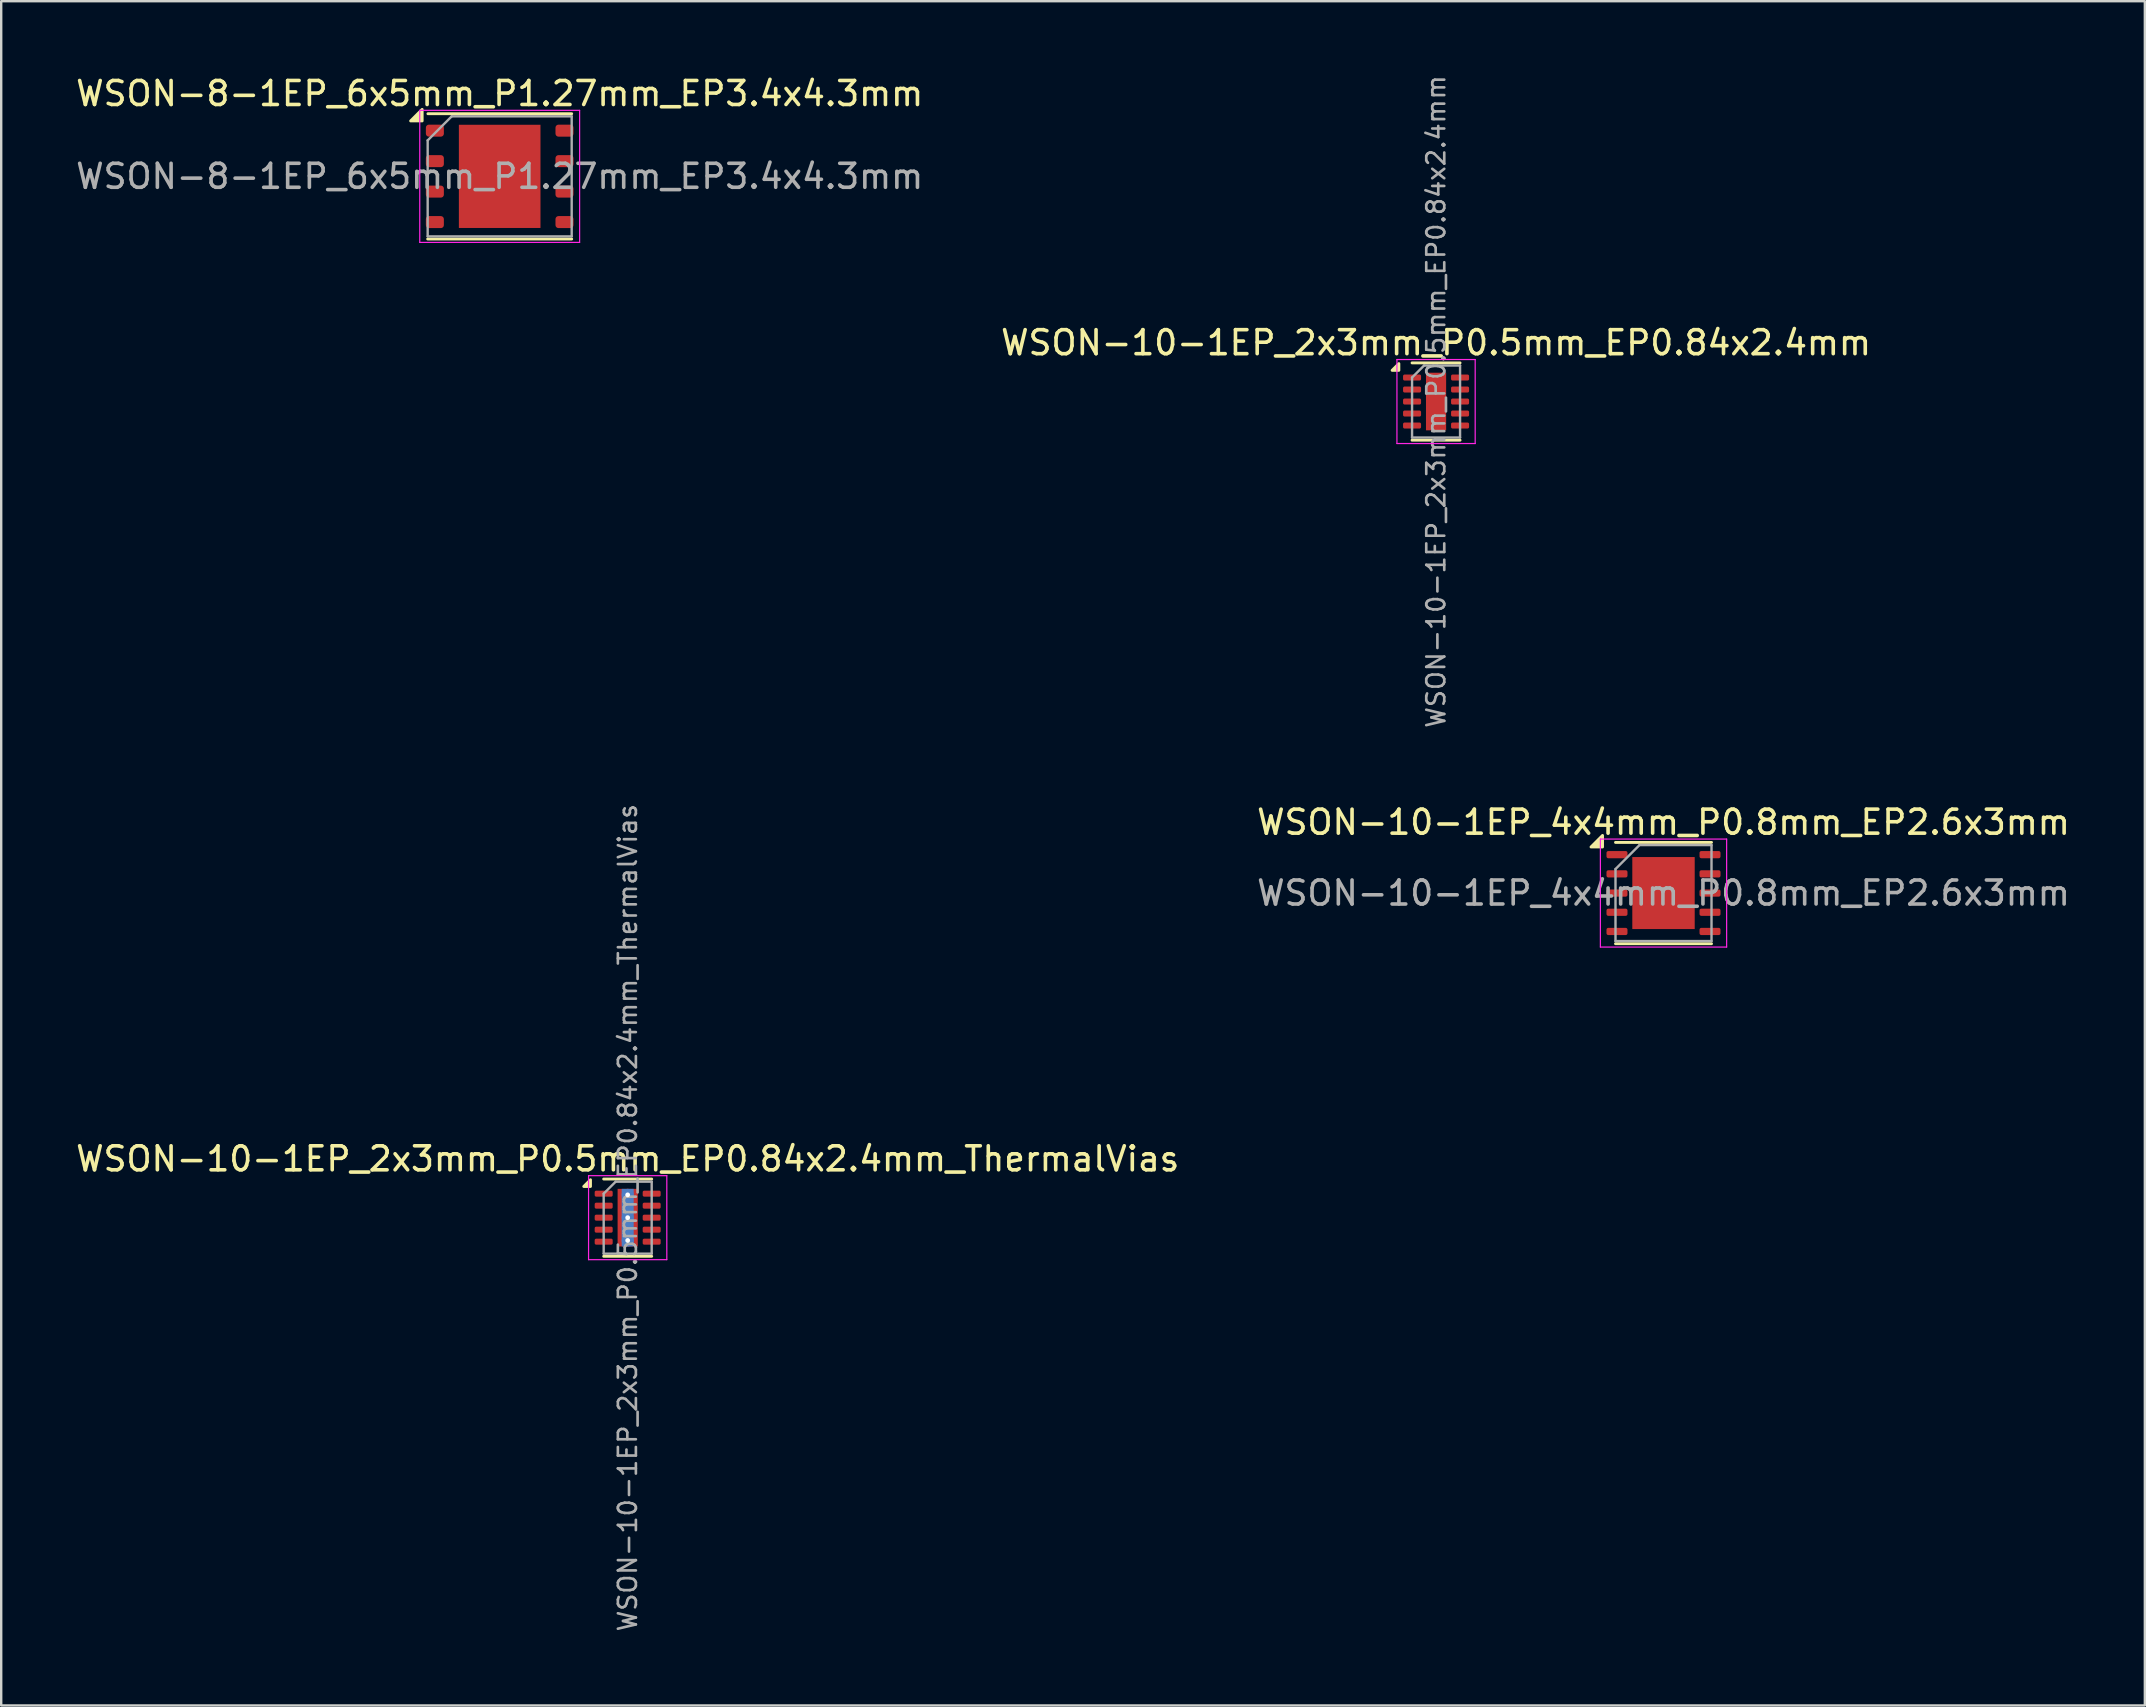
<source format=kicad_pcb>
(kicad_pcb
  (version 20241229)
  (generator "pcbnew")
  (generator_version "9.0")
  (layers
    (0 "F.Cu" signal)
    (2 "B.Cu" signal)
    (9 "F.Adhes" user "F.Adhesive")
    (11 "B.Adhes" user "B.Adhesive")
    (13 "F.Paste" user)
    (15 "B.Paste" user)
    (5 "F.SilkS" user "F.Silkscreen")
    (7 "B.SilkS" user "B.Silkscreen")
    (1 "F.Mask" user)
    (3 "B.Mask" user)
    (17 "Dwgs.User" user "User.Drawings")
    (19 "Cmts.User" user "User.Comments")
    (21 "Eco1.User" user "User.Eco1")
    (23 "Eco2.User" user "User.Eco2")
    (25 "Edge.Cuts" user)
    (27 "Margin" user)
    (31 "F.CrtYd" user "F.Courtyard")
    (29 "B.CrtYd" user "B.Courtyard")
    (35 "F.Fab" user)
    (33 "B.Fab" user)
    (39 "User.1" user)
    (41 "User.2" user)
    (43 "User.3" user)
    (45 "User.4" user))
  (footprint "WSON-8-1EP_6x5mm_P1.27mm_EP3.4x4.3mm"
    (layer "F.Cu")
    (at 17.768 4.298)
    (property "Reference" "WSON-8-1EP_6x5mm_P1.27mm_EP3.4x4.3mm" (at 0 -3.45 0) (layer "F.SilkS") (effects (font (size 1 1) (thickness 0.15))))
    (attr smd)
    (fp_line (start -3 2.61) (end 3 2.61) (stroke (width 0.12) (type solid)) (layer "F.SilkS"))
    (fp_line (start -2.99 -2.61) (end 3 -2.61) (stroke (width 0.12) (type solid)) (layer "F.SilkS"))
    (fp_poly (pts (xy -3.23 -2.31) (xy -3.71 -2.31) (xy -3.23 -2.79) (xy -3.23 -2.31)) (stroke (width 0.12) (type solid)) (fill yes) (layer "F.SilkS"))
    (fp_line (start -3.33 -2.75) (end -3.33 2.75) (stroke (width 0.05) (type solid)) (layer "F.CrtYd"))
    (fp_line (start -3.33 2.75) (end 3.33 2.75) (stroke (width 0.05) (type solid)) (layer "F.CrtYd"))
    (fp_line (start 3.33 -2.75) (end -3.33 -2.75) (stroke (width 0.05) (type solid)) (layer "F.CrtYd"))
    (fp_line (start 3.33 2.75) (end 3.33 -2.75) (stroke (width 0.05) (type solid)) (layer "F.CrtYd"))
    (fp_line (start -3 -1.5) (end -2 -2.5) (stroke (width 0.1) (type solid)) (layer "F.Fab"))
    (fp_line (start -3 2.5) (end -3 -1.5) (stroke (width 0.1) (type solid)) (layer "F.Fab"))
    (fp_line (start -2 -2.5) (end 3 -2.5) (stroke (width 0.1) (type solid)) (layer "F.Fab"))
    (fp_line (start 3 -2.5) (end 3 2.5) (stroke (width 0.1) (type solid)) (layer "F.Fab"))
    (fp_line (start 3 2.5) (end -3 2.5) (stroke (width 0.1) (type solid)) (layer "F.Fab"))
    (fp_text user "${REFERENCE}" (at 0 0 0) (layer "F.Fab") (effects (font (size 1 1) (thickness 0.15))))
    (pad "" smd roundrect (at -0.85 -1.075) (size 1.37 1.73) (layers "F.Paste") (roundrect_rratio 0.182))
    (pad "" smd roundrect (at -0.85 1.075) (size 1.37 1.73) (layers "F.Paste") (roundrect_rratio 0.182))
    (pad "" smd roundrect (at 0.85 -1.075) (size 1.37 1.73) (layers "F.Paste") (roundrect_rratio 0.182))
    (pad "" smd roundrect (at 0.85 1.075) (size 1.37 1.73) (layers "F.Paste") (roundrect_rratio 0.182))
    (pad "1" smd roundrect (at -2.7 -1.905) (size 0.75 0.5) (layers "F.Cu" "F.Mask" "F.Paste") (roundrect_rratio 0.25))
    (pad "2" smd roundrect (at -2.7 -0.635) (size 0.75 0.5) (layers "F.Cu" "F.Mask" "F.Paste") (roundrect_rratio 0.25))
    (pad "3" smd roundrect (at -2.7 0.635) (size 0.75 0.5) (layers "F.Cu" "F.Mask" "F.Paste") (roundrect_rratio 0.25))
    (pad "4" smd roundrect (at -2.7 1.905) (size 0.75 0.5) (layers "F.Cu" "F.Mask" "F.Paste") (roundrect_rratio 0.25))
    (pad "5" smd roundrect (at 2.7 1.905) (size 0.75 0.5) (layers "F.Cu" "F.Mask" "F.Paste") (roundrect_rratio 0.25))
    (pad "6" smd roundrect (at 2.7 0.635) (size 0.75 0.5) (layers "F.Cu" "F.Mask" "F.Paste") (roundrect_rratio 0.25))
    (pad "7" smd roundrect (at 2.7 -0.635) (size 0.75 0.5) (layers "F.Cu" "F.Mask" "F.Paste") (roundrect_rratio 0.25))
    (pad "8" smd roundrect (at 2.7 -1.905) (size 0.75 0.5) (layers "F.Cu" "F.Mask" "F.Paste") (roundrect_rratio 0.25))
    (pad "9" smd rect (at 0 0) (size 3.4 4.3) (property pad_prop_heatsink) (layers "F.Cu" "F.Mask")))
  (footprint "WSON-10-1EP_2x3mm_P0.5mm_EP0.84x2.4mm"
    (layer "F.Cu")
    (at 56.78 13.679)
    (property "Reference" "WSON-10-1EP_2x3mm_P0.5mm_EP0.84x2.4mm" (at 0 -2.45 0) (layer "F.SilkS") (effects (font (size 1 1) (thickness 0.15))))
    (attr smd)
    (fp_line (start -1 -1.61) (end 1 -1.61) (stroke (width 0.12) (type solid)) (layer "F.SilkS"))
    (fp_line (start -1 1.61) (end 1 1.61) (stroke (width 0.12) (type solid)) (layer "F.SilkS"))
    (fp_poly (pts (xy -1.55 -1.3) (xy -1.83 -1.3) (xy -1.55 -1.58) (xy -1.55 -1.3)) (stroke (width 0.12) (type solid)) (fill yes) (layer "F.SilkS"))
    (fp_line (start -1.63 -1.75) (end -1.63 1.75) (stroke (width 0.05) (type solid)) (layer "F.CrtYd"))
    (fp_line (start -1.63 1.75) (end 1.63 1.75) (stroke (width 0.05) (type solid)) (layer "F.CrtYd"))
    (fp_line (start 1.63 -1.75) (end -1.63 -1.75) (stroke (width 0.05) (type solid)) (layer "F.CrtYd"))
    (fp_line (start 1.63 1.75) (end 1.63 -1.75) (stroke (width 0.05) (type solid)) (layer "F.CrtYd"))
    (fp_line (start -1 -1) (end -0.5 -1.5) (stroke (width 0.1) (type solid)) (layer "F.Fab"))
    (fp_line (start -1 1.5) (end -1 -1) (stroke (width 0.1) (type solid)) (layer "F.Fab"))
    (fp_line (start -0.5 -1.5) (end 1 -1.5) (stroke (width 0.1) (type solid)) (layer "F.Fab"))
    (fp_line (start 1 -1.5) (end 1 1.5) (stroke (width 0.1) (type solid)) (layer "F.Fab"))
    (fp_line (start 1 1.5) (end -1 1.5) (stroke (width 0.1) (type solid)) (layer "F.Fab"))
    (fp_text user "${REFERENCE}" (at 0 0 90) (layer "F.Fab") (effects (font (size 0.75 0.75) (thickness 0.11))))
    (pad "" smd roundrect (at 0 -0.6) (size 0.68 0.97) (layers "F.Paste") (roundrect_rratio 0.25))
    (pad "" smd roundrect (at 0 0.6) (size 0.68 0.97) (layers "F.Paste") (roundrect_rratio 0.25))
    (pad "1" smd roundrect (at -1 -1) (size 0.75 0.25) (layers "F.Cu" "F.Mask" "F.Paste") (roundrect_rratio 0.25))
    (pad "2" smd roundrect (at -1 -0.5) (size 0.75 0.25) (layers "F.Cu" "F.Mask" "F.Paste") (roundrect_rratio 0.25))
    (pad "3" smd roundrect (at -1 0) (size 0.75 0.25) (layers "F.Cu" "F.Mask" "F.Paste") (roundrect_rratio 0.25))
    (pad "4" smd roundrect (at -1 0.5) (size 0.75 0.25) (layers "F.Cu" "F.Mask" "F.Paste") (roundrect_rratio 0.25))
    (pad "5" smd roundrect (at -1 1) (size 0.75 0.25) (layers "F.Cu" "F.Mask" "F.Paste") (roundrect_rratio 0.25))
    (pad "6" smd roundrect (at 1 1) (size 0.75 0.25) (layers "F.Cu" "F.Mask" "F.Paste") (roundrect_rratio 0.25))
    (pad "7" smd roundrect (at 1 0.5) (size 0.75 0.25) (layers "F.Cu" "F.Mask" "F.Paste") (roundrect_rratio 0.25))
    (pad "8" smd roundrect (at 1 0) (size 0.75 0.25) (layers "F.Cu" "F.Mask" "F.Paste") (roundrect_rratio 0.25))
    (pad "9" smd roundrect (at 1 -0.5) (size 0.75 0.25) (layers "F.Cu" "F.Mask" "F.Paste") (roundrect_rratio 0.25))
    (pad "10" smd roundrect (at 1 -1) (size 0.75 0.25) (layers "F.Cu" "F.Mask" "F.Paste") (roundrect_rratio 0.25))
    (pad "11" smd rect (at 0 0) (size 0.84 2.4) (property pad_prop_heatsink) (layers "F.Cu" "F.Mask")))
  (footprint "WSON-10-1EP_2x3mm_P0.5mm_EP0.84x2.4mm_ThermalVias"
    (layer "F.Cu")
    (at 23.101 47.681)
    (property "Reference" "WSON-10-1EP_2x3mm_P0.5mm_EP0.84x2.4mm_ThermalVias" (at 0 -2.45 0) (layer "F.SilkS") (effects (font (size 1 1) (thickness 0.15))))
    (attr smd)
    (fp_line (start -1 -1.61) (end 1 -1.61) (stroke (width 0.12) (type solid)) (layer "F.SilkS"))
    (fp_line (start -1 1.61) (end 1 1.61) (stroke (width 0.12) (type solid)) (layer "F.SilkS"))
    (fp_poly (pts (xy -1.55 -1.3) (xy -1.83 -1.3) (xy -1.55 -1.58) (xy -1.55 -1.3)) (stroke (width 0.12) (type solid)) (fill yes) (layer "F.SilkS"))
    (fp_line (start -1.63 -1.75) (end -1.63 1.75) (stroke (width 0.05) (type solid)) (layer "F.CrtYd"))
    (fp_line (start -1.63 1.75) (end 1.63 1.75) (stroke (width 0.05) (type solid)) (layer "F.CrtYd"))
    (fp_line (start 1.63 -1.75) (end -1.63 -1.75) (stroke (width 0.05) (type solid)) (layer "F.CrtYd"))
    (fp_line (start 1.63 1.75) (end 1.63 -1.75) (stroke (width 0.05) (type solid)) (layer "F.CrtYd"))
    (fp_line (start -1 -1) (end -0.5 -1.5) (stroke (width 0.1) (type solid)) (layer "F.Fab"))
    (fp_line (start -1 1.5) (end -1 -1) (stroke (width 0.1) (type solid)) (layer "F.Fab"))
    (fp_line (start -0.5 -1.5) (end 1 -1.5) (stroke (width 0.1) (type solid)) (layer "F.Fab"))
    (fp_line (start 1 -1.5) (end 1 1.5) (stroke (width 0.1) (type solid)) (layer "F.Fab"))
    (fp_line (start 1 1.5) (end -1 1.5) (stroke (width 0.1) (type solid)) (layer "F.Fab"))
    (fp_text user "${REFERENCE}" (at 0 0 90) (layer "F.Fab") (effects (font (size 0.75 0.75) (thickness 0.11))))
    (pad "" smd roundrect (at 0 -0.6) (size 0.73 1.04) (layers "F.Paste") (roundrect_rratio 0.25))
    (pad "" smd roundrect (at 0 0.6) (size 0.73 1.04) (layers "F.Paste") (roundrect_rratio 0.25))
    (pad "1" smd roundrect (at -1 -1) (size 0.75 0.25) (layers "F.Cu" "F.Mask" "F.Paste") (roundrect_rratio 0.25))
    (pad "2" smd roundrect (at -1 -0.5) (size 0.75 0.25) (layers "F.Cu" "F.Mask" "F.Paste") (roundrect_rratio 0.25))
    (pad "3" smd roundrect (at -1 0) (size 0.75 0.25) (layers "F.Cu" "F.Mask" "F.Paste") (roundrect_rratio 0.25))
    (pad "4" smd roundrect (at -1 0.5) (size 0.75 0.25) (layers "F.Cu" "F.Mask" "F.Paste") (roundrect_rratio 0.25))
    (pad "5" smd roundrect (at -1 1) (size 0.75 0.25) (layers "F.Cu" "F.Mask" "F.Paste") (roundrect_rratio 0.25))
    (pad "6" smd roundrect (at 1 1) (size 0.75 0.25) (layers "F.Cu" "F.Mask" "F.Paste") (roundrect_rratio 0.25))
    (pad "7" smd roundrect (at 1 0.5) (size 0.75 0.25) (layers "F.Cu" "F.Mask" "F.Paste") (roundrect_rratio 0.25))
    (pad "8" smd roundrect (at 1 0) (size 0.75 0.25) (layers "F.Cu" "F.Mask" "F.Paste") (roundrect_rratio 0.25))
    (pad "9" smd roundrect (at 1 -0.5) (size 0.75 0.25) (layers "F.Cu" "F.Mask" "F.Paste") (roundrect_rratio 0.25))
    (pad "10" smd roundrect (at 1 -1) (size 0.75 0.25) (layers "F.Cu" "F.Mask" "F.Paste") (roundrect_rratio 0.25))
    (pad "11" thru_hole circle (at 0 -0.95) (size 0.5 0.5) (drill 0.2) (property pad_prop_heatsink) (layers "*.Cu"))
    (pad "11" thru_hole circle (at 0 0) (size 0.5 0.5) (drill 0.2) (property pad_prop_heatsink) (layers "*.Cu"))
    (pad "11" smd rect (at 0 0) (size 0.5 2.4) (property pad_prop_heatsink) (layers "B.Cu"))
    (pad "11" smd rect (at 0 0) (size 0.84 2.4) (property pad_prop_heatsink) (layers "F.Cu" "F.Mask"))
    (pad "11" thru_hole circle (at 0 0.95) (size 0.5 0.5) (drill 0.2) (property pad_prop_heatsink) (layers "*.Cu")))
  (footprint "WSON-10-1EP_4x4mm_P0.8mm_EP2.6x3mm"
    (layer "F.Cu")
    (at 66.256 34.157)
    (property "Reference" "WSON-10-1EP_4x4mm_P0.8mm_EP2.6x3mm" (at 0 -2.95 0) (layer "F.SilkS") (effects (font (size 1 1) (thickness 0.15))))
    (attr smd)
    (fp_line (start -2 -2.11) (end 2 -2.11) (stroke (width 0.12) (type solid)) (layer "F.SilkS"))
    (fp_line (start -2 2.11) (end 2 2.11) (stroke (width 0.12) (type solid)) (layer "F.SilkS"))
    (fp_poly (pts (xy -2.54 -1.92) (xy -3.02 -1.92) (xy -2.54 -2.4) (xy -2.54 -1.92)) (stroke (width 0.12) (type solid)) (fill yes) (layer "F.SilkS"))
    (fp_line (start -2.63 -2.25) (end -2.63 2.25) (stroke (width 0.05) (type solid)) (layer "F.CrtYd"))
    (fp_line (start -2.63 2.25) (end 2.63 2.25) (stroke (width 0.05) (type solid)) (layer "F.CrtYd"))
    (fp_line (start 2.63 -2.25) (end -2.63 -2.25) (stroke (width 0.05) (type solid)) (layer "F.CrtYd"))
    (fp_line (start 2.63 2.25) (end 2.63 -2.25) (stroke (width 0.05) (type solid)) (layer "F.CrtYd"))
    (fp_line (start -2 -1) (end -1 -2) (stroke (width 0.1) (type solid)) (layer "F.Fab"))
    (fp_line (start -2 2) (end -2 -1) (stroke (width 0.1) (type solid)) (layer "F.Fab"))
    (fp_line (start -1 -2) (end 2 -2) (stroke (width 0.1) (type solid)) (layer "F.Fab"))
    (fp_line (start 2 -2) (end 2 2) (stroke (width 0.1) (type solid)) (layer "F.Fab"))
    (fp_line (start 2 2) (end -2 2) (stroke (width 0.1) (type solid)) (layer "F.Fab"))
    (fp_text user "${REFERENCE}" (at 0 0 0) (layer "F.Fab") (effects (font (size 1 1) (thickness 0.15))))
    (pad "" smd roundrect (at -0.65 -0.75) (size 1.05 1.21) (layers "F.Paste") (roundrect_rratio 0.238))
    (pad "" smd roundrect (at -0.65 0.75) (size 1.05 1.21) (layers "F.Paste") (roundrect_rratio 0.238))
    (pad "" smd roundrect (at 0.65 -0.75) (size 1.05 1.21) (layers "F.Paste") (roundrect_rratio 0.238))
    (pad "" smd roundrect (at 0.65 0.75) (size 1.05 1.21) (layers "F.Paste") (roundrect_rratio 0.238))
    (pad "1" smd roundrect (at -1.938 -1.6) (size 0.875 0.3) (layers "F.Cu" "F.Mask" "F.Paste") (roundrect_rratio 0.25))
    (pad "2" smd roundrect (at -1.938 -0.8) (size 0.875 0.3) (layers "F.Cu" "F.Mask" "F.Paste") (roundrect_rratio 0.25))
    (pad "3" smd roundrect (at -1.938 0) (size 0.875 0.3) (layers "F.Cu" "F.Mask" "F.Paste") (roundrect_rratio 0.25))
    (pad "4" smd roundrect (at -1.938 0.8) (size 0.875 0.3) (layers "F.Cu" "F.Mask" "F.Paste") (roundrect_rratio 0.25))
    (pad "5" smd roundrect (at -1.938 1.6) (size 0.875 0.3) (layers "F.Cu" "F.Mask" "F.Paste") (roundrect_rratio 0.25))
    (pad "6" smd roundrect (at 1.938 1.6) (size 0.875 0.3) (layers "F.Cu" "F.Mask" "F.Paste") (roundrect_rratio 0.25))
    (pad "7" smd roundrect (at 1.938 0.8) (size 0.875 0.3) (layers "F.Cu" "F.Mask" "F.Paste") (roundrect_rratio 0.25))
    (pad "8" smd roundrect (at 1.938 0) (size 0.875 0.3) (layers "F.Cu" "F.Mask" "F.Paste") (roundrect_rratio 0.25))
    (pad "9" smd roundrect (at 1.938 -0.8) (size 0.875 0.3) (layers "F.Cu" "F.Mask" "F.Paste") (roundrect_rratio 0.25))
    (pad "10" smd roundrect (at 1.938 -1.6) (size 0.875 0.3) (layers "F.Cu" "F.Mask" "F.Paste") (roundrect_rratio 0.25))
    (pad "11" smd rect (at 0 0) (size 2.6 3) (property pad_prop_heatsink) (layers "F.Cu" "F.Mask")))
  (gr_rect
    (start -3 -3)
    (end 86.31 68.003)
    (stroke (width 0.1) (type default))
    (fill no)
    (layer "Edge.Cuts")))
</source>
